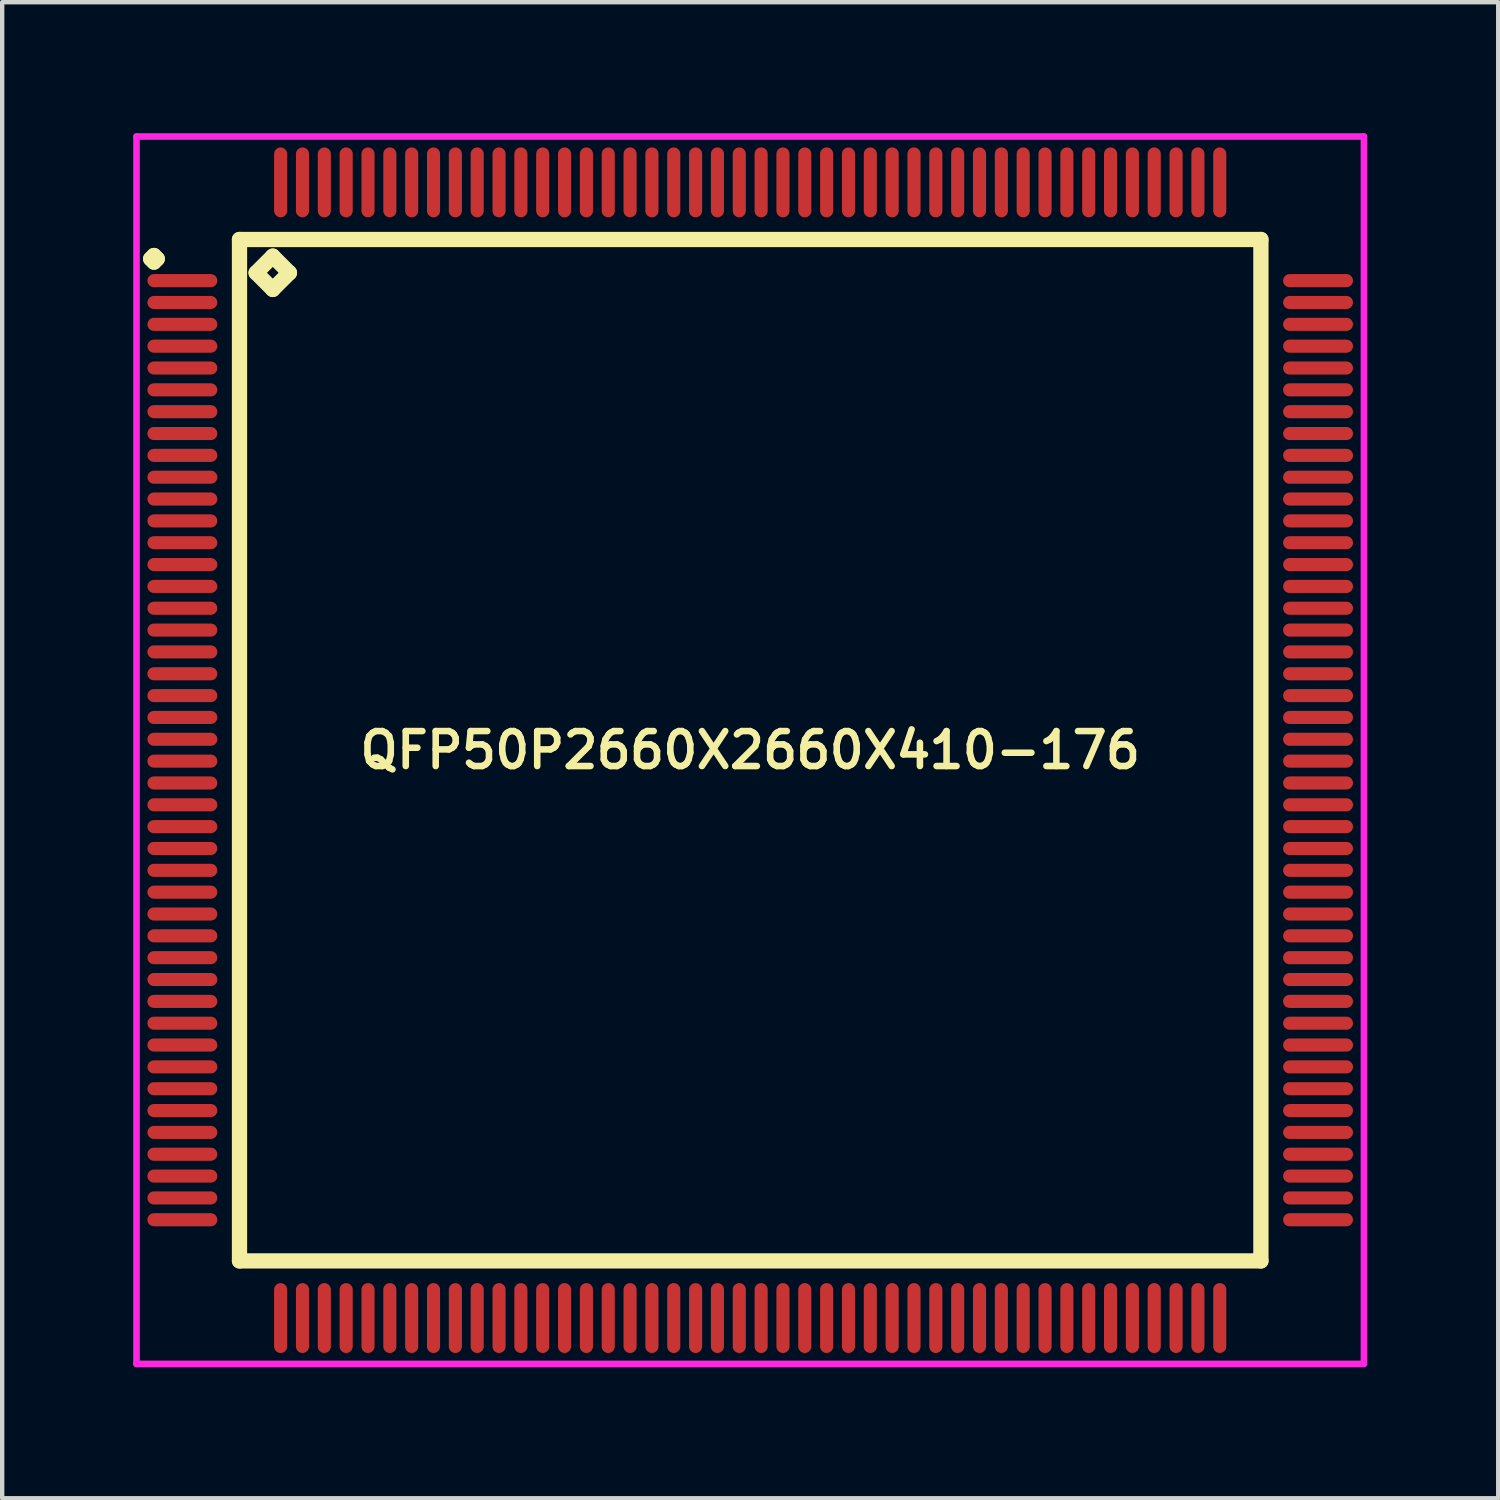
<source format=kicad_pcb>
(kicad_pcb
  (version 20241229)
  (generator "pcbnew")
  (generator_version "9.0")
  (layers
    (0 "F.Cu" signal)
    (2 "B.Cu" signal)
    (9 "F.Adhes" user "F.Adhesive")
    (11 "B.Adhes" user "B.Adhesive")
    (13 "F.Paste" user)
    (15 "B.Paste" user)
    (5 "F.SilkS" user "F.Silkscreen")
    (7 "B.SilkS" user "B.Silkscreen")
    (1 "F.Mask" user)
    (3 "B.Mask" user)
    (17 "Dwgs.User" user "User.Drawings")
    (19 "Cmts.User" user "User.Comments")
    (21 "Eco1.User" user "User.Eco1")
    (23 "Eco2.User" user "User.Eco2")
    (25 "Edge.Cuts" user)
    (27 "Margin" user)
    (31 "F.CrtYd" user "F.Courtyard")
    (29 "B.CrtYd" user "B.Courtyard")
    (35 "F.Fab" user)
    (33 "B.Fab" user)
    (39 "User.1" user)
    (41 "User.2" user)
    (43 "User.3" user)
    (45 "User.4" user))
  (footprint "QFP50P2660X2660X410-176"
    (layer "F.Cu")
    (at 14.125 14.125)
    (property "Reference" "QFP50P2660X2660X410-176" (at 0 0 0) (layer "F.SilkS") (effects (font (size 0.8 0.8) (thickness 0.15))))
    (attr smd)
    (fp_line (start -13.725 -11.25) (end -13.65 -11.325) (stroke (width 0.35) (type solid)) (layer "F.SilkS"))
    (fp_line (start -13.65 -11.325) (end -13.575 -11.25) (stroke (width 0.35) (type solid)) (layer "F.SilkS"))
    (fp_line (start -13.65 -11.175) (end -13.725 -11.25) (stroke (width 0.35) (type solid)) (layer "F.SilkS"))
    (fp_line (start -13.575 -11.25) (end -13.65 -11.175) (stroke (width 0.35) (type solid)) (layer "F.SilkS"))
    (fp_line (start -11.692 -11.692) (end -11.692 11.692) (stroke (width 0.35) (type solid)) (layer "F.SilkS"))
    (fp_line (start -11.692 11.692) (end 11.692 11.692) (stroke (width 0.35) (type solid)) (layer "F.SilkS"))
    (fp_line (start -11.311 -10.93) (end -10.93 -11.311) (stroke (width 0.35) (type solid)) (layer "F.SilkS"))
    (fp_line (start -10.93 -11.311) (end -10.549 -10.93) (stroke (width 0.35) (type solid)) (layer "F.SilkS"))
    (fp_line (start -10.93 -10.549) (end -11.311 -10.93) (stroke (width 0.35) (type solid)) (layer "F.SilkS"))
    (fp_line (start -10.549 -10.93) (end -10.93 -10.549) (stroke (width 0.35) (type solid)) (layer "F.SilkS"))
    (fp_line (start 11.692 -11.692) (end -11.692 -11.692) (stroke (width 0.35) (type solid)) (layer "F.SilkS"))
    (fp_line (start 11.692 11.692) (end 11.692 -11.692) (stroke (width 0.35) (type solid)) (layer "F.SilkS"))
    (fp_line (start -14.05 -14.05) (end 14.05 -14.05) (stroke (width 0.15) (type solid)) (layer "F.CrtYd"))
    (fp_line (start -14.05 14.05) (end -14.05 -14.05) (stroke (width 0.15) (type solid)) (layer "F.CrtYd"))
    (fp_line (start 14.05 -14.05) (end 14.05 14.05) (stroke (width 0.15) (type solid)) (layer "F.CrtYd"))
    (fp_line (start 14.05 14.05) (end -14.05 14.05) (stroke (width 0.15) (type solid)) (layer "F.CrtYd"))
    (pad "1" smd oval (at -13 -10.75) (size 1.6 0.3) (layers "F.Cu" "F.Mask" "F.Paste"))
    (pad "2" smd oval (at -13 -10.25) (size 1.6 0.3) (layers "F.Cu" "F.Mask" "F.Paste"))
    (pad "3" smd oval (at -13 -9.75) (size 1.6 0.3) (layers "F.Cu" "F.Mask" "F.Paste"))
    (pad "4" smd oval (at -13 -9.25) (size 1.6 0.3) (layers "F.Cu" "F.Mask" "F.Paste"))
    (pad "5" smd oval (at -13 -8.75) (size 1.6 0.3) (layers "F.Cu" "F.Mask" "F.Paste"))
    (pad "6" smd oval (at -13 -8.25) (size 1.6 0.3) (layers "F.Cu" "F.Mask" "F.Paste"))
    (pad "7" smd oval (at -13 -7.75) (size 1.6 0.3) (layers "F.Cu" "F.Mask" "F.Paste"))
    (pad "8" smd oval (at -13 -7.25) (size 1.6 0.3) (layers "F.Cu" "F.Mask" "F.Paste"))
    (pad "9" smd oval (at -13 -6.75) (size 1.6 0.3) (layers "F.Cu" "F.Mask" "F.Paste"))
    (pad "10" smd oval (at -13 -6.25) (size 1.6 0.3) (layers "F.Cu" "F.Mask" "F.Paste"))
    (pad "11" smd oval (at -13 -5.75) (size 1.6 0.3) (layers "F.Cu" "F.Mask" "F.Paste"))
    (pad "12" smd oval (at -13 -5.25) (size 1.6 0.3) (layers "F.Cu" "F.Mask" "F.Paste"))
    (pad "13" smd oval (at -13 -4.75) (size 1.6 0.3) (layers "F.Cu" "F.Mask" "F.Paste"))
    (pad "14" smd oval (at -13 -4.25) (size 1.6 0.3) (layers "F.Cu" "F.Mask" "F.Paste"))
    (pad "15" smd oval (at -13 -3.75) (size 1.6 0.3) (layers "F.Cu" "F.Mask" "F.Paste"))
    (pad "16" smd oval (at -13 -3.25) (size 1.6 0.3) (layers "F.Cu" "F.Mask" "F.Paste"))
    (pad "17" smd oval (at -13 -2.75) (size 1.6 0.3) (layers "F.Cu" "F.Mask" "F.Paste"))
    (pad "18" smd oval (at -13 -2.25) (size 1.6 0.3) (layers "F.Cu" "F.Mask" "F.Paste"))
    (pad "19" smd oval (at -13 -1.75) (size 1.6 0.3) (layers "F.Cu" "F.Mask" "F.Paste"))
    (pad "20" smd oval (at -13 -1.25) (size 1.6 0.3) (layers "F.Cu" "F.Mask" "F.Paste"))
    (pad "21" smd oval (at -13 -0.75) (size 1.6 0.3) (layers "F.Cu" "F.Mask" "F.Paste"))
    (pad "22" smd oval (at -13 -0.25) (size 1.6 0.3) (layers "F.Cu" "F.Mask" "F.Paste"))
    (pad "23" smd oval (at -13 0.25) (size 1.6 0.3) (layers "F.Cu" "F.Mask" "F.Paste"))
    (pad "24" smd oval (at -13 0.75) (size 1.6 0.3) (layers "F.Cu" "F.Mask" "F.Paste"))
    (pad "25" smd oval (at -13 1.25) (size 1.6 0.3) (layers "F.Cu" "F.Mask" "F.Paste"))
    (pad "26" smd oval (at -13 1.75) (size 1.6 0.3) (layers "F.Cu" "F.Mask" "F.Paste"))
    (pad "27" smd oval (at -13 2.25) (size 1.6 0.3) (layers "F.Cu" "F.Mask" "F.Paste"))
    (pad "28" smd oval (at -13 2.75) (size 1.6 0.3) (layers "F.Cu" "F.Mask" "F.Paste"))
    (pad "29" smd oval (at -13 3.25) (size 1.6 0.3) (layers "F.Cu" "F.Mask" "F.Paste"))
    (pad "30" smd oval (at -13 3.75) (size 1.6 0.3) (layers "F.Cu" "F.Mask" "F.Paste"))
    (pad "31" smd oval (at -13 4.25) (size 1.6 0.3) (layers "F.Cu" "F.Mask" "F.Paste"))
    (pad "32" smd oval (at -13 4.75) (size 1.6 0.3) (layers "F.Cu" "F.Mask" "F.Paste"))
    (pad "33" smd oval (at -13 5.25) (size 1.6 0.3) (layers "F.Cu" "F.Mask" "F.Paste"))
    (pad "34" smd oval (at -13 5.75) (size 1.6 0.3) (layers "F.Cu" "F.Mask" "F.Paste"))
    (pad "35" smd oval (at -13 6.25) (size 1.6 0.3) (layers "F.Cu" "F.Mask" "F.Paste"))
    (pad "36" smd oval (at -13 6.75) (size 1.6 0.3) (layers "F.Cu" "F.Mask" "F.Paste"))
    (pad "37" smd oval (at -13 7.25) (size 1.6 0.3) (layers "F.Cu" "F.Mask" "F.Paste"))
    (pad "38" smd oval (at -13 7.75) (size 1.6 0.3) (layers "F.Cu" "F.Mask" "F.Paste"))
    (pad "39" smd oval (at -13 8.25) (size 1.6 0.3) (layers "F.Cu" "F.Mask" "F.Paste"))
    (pad "40" smd oval (at -13 8.75) (size 1.6 0.3) (layers "F.Cu" "F.Mask" "F.Paste"))
    (pad "41" smd oval (at -13 9.25) (size 1.6 0.3) (layers "F.Cu" "F.Mask" "F.Paste"))
    (pad "42" smd oval (at -13 9.75) (size 1.6 0.3) (layers "F.Cu" "F.Mask" "F.Paste"))
    (pad "43" smd oval (at -13 10.25) (size 1.6 0.3) (layers "F.Cu" "F.Mask" "F.Paste"))
    (pad "44" smd oval (at -13 10.75) (size 1.6 0.3) (layers "F.Cu" "F.Mask" "F.Paste"))
    (pad "45" smd oval (at -10.75 13) (size 0.3 1.6) (layers "F.Cu" "F.Mask" "F.Paste"))
    (pad "46" smd oval (at -10.25 13) (size 0.3 1.6) (layers "F.Cu" "F.Mask" "F.Paste"))
    (pad "47" smd oval (at -9.75 13) (size 0.3 1.6) (layers "F.Cu" "F.Mask" "F.Paste"))
    (pad "48" smd oval (at -9.25 13) (size 0.3 1.6) (layers "F.Cu" "F.Mask" "F.Paste"))
    (pad "49" smd oval (at -8.75 13) (size 0.3 1.6) (layers "F.Cu" "F.Mask" "F.Paste"))
    (pad "50" smd oval (at -8.25 13) (size 0.3 1.6) (layers "F.Cu" "F.Mask" "F.Paste"))
    (pad "51" smd oval (at -7.75 13) (size 0.3 1.6) (layers "F.Cu" "F.Mask" "F.Paste"))
    (pad "52" smd oval (at -7.25 13) (size 0.3 1.6) (layers "F.Cu" "F.Mask" "F.Paste"))
    (pad "53" smd oval (at -6.75 13) (size 0.3 1.6) (layers "F.Cu" "F.Mask" "F.Paste"))
    (pad "54" smd oval (at -6.25 13) (size 0.3 1.6) (layers "F.Cu" "F.Mask" "F.Paste"))
    (pad "55" smd oval (at -5.75 13) (size 0.3 1.6) (layers "F.Cu" "F.Mask" "F.Paste"))
    (pad "56" smd oval (at -5.25 13) (size 0.3 1.6) (layers "F.Cu" "F.Mask" "F.Paste"))
    (pad "57" smd oval (at -4.75 13) (size 0.3 1.6) (layers "F.Cu" "F.Mask" "F.Paste"))
    (pad "58" smd oval (at -4.25 13) (size 0.3 1.6) (layers "F.Cu" "F.Mask" "F.Paste"))
    (pad "59" smd oval (at -3.75 13) (size 0.3 1.6) (layers "F.Cu" "F.Mask" "F.Paste"))
    (pad "60" smd oval (at -3.25 13) (size 0.3 1.6) (layers "F.Cu" "F.Mask" "F.Paste"))
    (pad "61" smd oval (at -2.75 13) (size 0.3 1.6) (layers "F.Cu" "F.Mask" "F.Paste"))
    (pad "62" smd oval (at -2.25 13) (size 0.3 1.6) (layers "F.Cu" "F.Mask" "F.Paste"))
    (pad "63" smd oval (at -1.75 13) (size 0.3 1.6) (layers "F.Cu" "F.Mask" "F.Paste"))
    (pad "64" smd oval (at -1.25 13) (size 0.3 1.6) (layers "F.Cu" "F.Mask" "F.Paste"))
    (pad "65" smd oval (at -0.75 13) (size 0.3 1.6) (layers "F.Cu" "F.Mask" "F.Paste"))
    (pad "66" smd oval (at -0.25 13) (size 0.3 1.6) (layers "F.Cu" "F.Mask" "F.Paste"))
    (pad "67" smd oval (at 0.25 13) (size 0.3 1.6) (layers "F.Cu" "F.Mask" "F.Paste"))
    (pad "68" smd oval (at 0.75 13) (size 0.3 1.6) (layers "F.Cu" "F.Mask" "F.Paste"))
    (pad "69" smd oval (at 1.25 13) (size 0.3 1.6) (layers "F.Cu" "F.Mask" "F.Paste"))
    (pad "70" smd oval (at 1.75 13) (size 0.3 1.6) (layers "F.Cu" "F.Mask" "F.Paste"))
    (pad "71" smd oval (at 2.25 13) (size 0.3 1.6) (layers "F.Cu" "F.Mask" "F.Paste"))
    (pad "72" smd oval (at 2.75 13) (size 0.3 1.6) (layers "F.Cu" "F.Mask" "F.Paste"))
    (pad "73" smd oval (at 3.25 13) (size 0.3 1.6) (layers "F.Cu" "F.Mask" "F.Paste"))
    (pad "74" smd oval (at 3.75 13) (size 0.3 1.6) (layers "F.Cu" "F.Mask" "F.Paste"))
    (pad "75" smd oval (at 4.25 13) (size 0.3 1.6) (layers "F.Cu" "F.Mask" "F.Paste"))
    (pad "76" smd oval (at 4.75 13) (size 0.3 1.6) (layers "F.Cu" "F.Mask" "F.Paste"))
    (pad "77" smd oval (at 5.25 13) (size 0.3 1.6) (layers "F.Cu" "F.Mask" "F.Paste"))
    (pad "78" smd oval (at 5.75 13) (size 0.3 1.6) (layers "F.Cu" "F.Mask" "F.Paste"))
    (pad "79" smd oval (at 6.25 13) (size 0.3 1.6) (layers "F.Cu" "F.Mask" "F.Paste"))
    (pad "80" smd oval (at 6.75 13) (size 0.3 1.6) (layers "F.Cu" "F.Mask" "F.Paste"))
    (pad "81" smd oval (at 7.25 13) (size 0.3 1.6) (layers "F.Cu" "F.Mask" "F.Paste"))
    (pad "82" smd oval (at 7.75 13) (size 0.3 1.6) (layers "F.Cu" "F.Mask" "F.Paste"))
    (pad "83" smd oval (at 8.25 13) (size 0.3 1.6) (layers "F.Cu" "F.Mask" "F.Paste"))
    (pad "84" smd oval (at 8.75 13) (size 0.3 1.6) (layers "F.Cu" "F.Mask" "F.Paste"))
    (pad "85" smd oval (at 9.25 13) (size 0.3 1.6) (layers "F.Cu" "F.Mask" "F.Paste"))
    (pad "86" smd oval (at 9.75 13) (size 0.3 1.6) (layers "F.Cu" "F.Mask" "F.Paste"))
    (pad "87" smd oval (at 10.25 13) (size 0.3 1.6) (layers "F.Cu" "F.Mask" "F.Paste"))
    (pad "88" smd oval (at 10.75 13) (size 0.3 1.6) (layers "F.Cu" "F.Mask" "F.Paste"))
    (pad "89" smd oval (at 13 10.75) (size 1.6 0.3) (layers "F.Cu" "F.Mask" "F.Paste"))
    (pad "90" smd oval (at 13 10.25) (size 1.6 0.3) (layers "F.Cu" "F.Mask" "F.Paste"))
    (pad "91" smd oval (at 13 9.75) (size 1.6 0.3) (layers "F.Cu" "F.Mask" "F.Paste"))
    (pad "92" smd oval (at 13 9.25) (size 1.6 0.3) (layers "F.Cu" "F.Mask" "F.Paste"))
    (pad "93" smd oval (at 13 8.75) (size 1.6 0.3) (layers "F.Cu" "F.Mask" "F.Paste"))
    (pad "94" smd oval (at 13 8.25) (size 1.6 0.3) (layers "F.Cu" "F.Mask" "F.Paste"))
    (pad "95" smd oval (at 13 7.75) (size 1.6 0.3) (layers "F.Cu" "F.Mask" "F.Paste"))
    (pad "96" smd oval (at 13 7.25) (size 1.6 0.3) (layers "F.Cu" "F.Mask" "F.Paste"))
    (pad "97" smd oval (at 13 6.75) (size 1.6 0.3) (layers "F.Cu" "F.Mask" "F.Paste"))
    (pad "98" smd oval (at 13 6.25) (size 1.6 0.3) (layers "F.Cu" "F.Mask" "F.Paste"))
    (pad "99" smd oval (at 13 5.75) (size 1.6 0.3) (layers "F.Cu" "F.Mask" "F.Paste"))
    (pad "100" smd oval (at 13 5.25) (size 1.6 0.3) (layers "F.Cu" "F.Mask" "F.Paste"))
    (pad "101" smd oval (at 13 4.75) (size 1.6 0.3) (layers "F.Cu" "F.Mask" "F.Paste"))
    (pad "102" smd oval (at 13 4.25) (size 1.6 0.3) (layers "F.Cu" "F.Mask" "F.Paste"))
    (pad "103" smd oval (at 13 3.75) (size 1.6 0.3) (layers "F.Cu" "F.Mask" "F.Paste"))
    (pad "104" smd oval (at 13 3.25) (size 1.6 0.3) (layers "F.Cu" "F.Mask" "F.Paste"))
    (pad "105" smd oval (at 13 2.75) (size 1.6 0.3) (layers "F.Cu" "F.Mask" "F.Paste"))
    (pad "106" smd oval (at 13 2.25) (size 1.6 0.3) (layers "F.Cu" "F.Mask" "F.Paste"))
    (pad "107" smd oval (at 13 1.75) (size 1.6 0.3) (layers "F.Cu" "F.Mask" "F.Paste"))
    (pad "108" smd oval (at 13 1.25) (size 1.6 0.3) (layers "F.Cu" "F.Mask" "F.Paste"))
    (pad "109" smd oval (at 13 0.75) (size 1.6 0.3) (layers "F.Cu" "F.Mask" "F.Paste"))
    (pad "110" smd oval (at 13 0.25) (size 1.6 0.3) (layers "F.Cu" "F.Mask" "F.Paste"))
    (pad "111" smd oval (at 13 -0.25) (size 1.6 0.3) (layers "F.Cu" "F.Mask" "F.Paste"))
    (pad "112" smd oval (at 13 -0.75) (size 1.6 0.3) (layers "F.Cu" "F.Mask" "F.Paste"))
    (pad "113" smd oval (at 13 -1.25) (size 1.6 0.3) (layers "F.Cu" "F.Mask" "F.Paste"))
    (pad "114" smd oval (at 13 -1.75) (size 1.6 0.3) (layers "F.Cu" "F.Mask" "F.Paste"))
    (pad "115" smd oval (at 13 -2.25) (size 1.6 0.3) (layers "F.Cu" "F.Mask" "F.Paste"))
    (pad "116" smd oval (at 13 -2.75) (size 1.6 0.3) (layers "F.Cu" "F.Mask" "F.Paste"))
    (pad "117" smd oval (at 13 -3.25) (size 1.6 0.3) (layers "F.Cu" "F.Mask" "F.Paste"))
    (pad "118" smd oval (at 13 -3.75) (size 1.6 0.3) (layers "F.Cu" "F.Mask" "F.Paste"))
    (pad "119" smd oval (at 13 -4.25) (size 1.6 0.3) (layers "F.Cu" "F.Mask" "F.Paste"))
    (pad "120" smd oval (at 13 -4.75) (size 1.6 0.3) (layers "F.Cu" "F.Mask" "F.Paste"))
    (pad "121" smd oval (at 13 -5.25) (size 1.6 0.3) (layers "F.Cu" "F.Mask" "F.Paste"))
    (pad "122" smd oval (at 13 -5.75) (size 1.6 0.3) (layers "F.Cu" "F.Mask" "F.Paste"))
    (pad "123" smd oval (at 13 -6.25) (size 1.6 0.3) (layers "F.Cu" "F.Mask" "F.Paste"))
    (pad "124" smd oval (at 13 -6.75) (size 1.6 0.3) (layers "F.Cu" "F.Mask" "F.Paste"))
    (pad "125" smd oval (at 13 -7.25) (size 1.6 0.3) (layers "F.Cu" "F.Mask" "F.Paste"))
    (pad "126" smd oval (at 13 -7.75) (size 1.6 0.3) (layers "F.Cu" "F.Mask" "F.Paste"))
    (pad "127" smd oval (at 13 -8.25) (size 1.6 0.3) (layers "F.Cu" "F.Mask" "F.Paste"))
    (pad "128" smd oval (at 13 -8.75) (size 1.6 0.3) (layers "F.Cu" "F.Mask" "F.Paste"))
    (pad "129" smd oval (at 13 -9.25) (size 1.6 0.3) (layers "F.Cu" "F.Mask" "F.Paste"))
    (pad "130" smd oval (at 13 -9.75) (size 1.6 0.3) (layers "F.Cu" "F.Mask" "F.Paste"))
    (pad "131" smd oval (at 13 -10.25) (size 1.6 0.3) (layers "F.Cu" "F.Mask" "F.Paste"))
    (pad "132" smd oval (at 13 -10.75) (size 1.6 0.3) (layers "F.Cu" "F.Mask" "F.Paste"))
    (pad "133" smd oval (at 10.75 -13) (size 0.3 1.6) (layers "F.Cu" "F.Mask" "F.Paste"))
    (pad "134" smd oval (at 10.25 -13) (size 0.3 1.6) (layers "F.Cu" "F.Mask" "F.Paste"))
    (pad "135" smd oval (at 9.75 -13) (size 0.3 1.6) (layers "F.Cu" "F.Mask" "F.Paste"))
    (pad "136" smd oval (at 9.25 -13) (size 0.3 1.6) (layers "F.Cu" "F.Mask" "F.Paste"))
    (pad "137" smd oval (at 8.75 -13) (size 0.3 1.6) (layers "F.Cu" "F.Mask" "F.Paste"))
    (pad "138" smd oval (at 8.25 -13) (size 0.3 1.6) (layers "F.Cu" "F.Mask" "F.Paste"))
    (pad "139" smd oval (at 7.75 -13) (size 0.3 1.6) (layers "F.Cu" "F.Mask" "F.Paste"))
    (pad "140" smd oval (at 7.25 -13) (size 0.3 1.6) (layers "F.Cu" "F.Mask" "F.Paste"))
    (pad "141" smd oval (at 6.75 -13) (size 0.3 1.6) (layers "F.Cu" "F.Mask" "F.Paste"))
    (pad "142" smd oval (at 6.25 -13) (size 0.3 1.6) (layers "F.Cu" "F.Mask" "F.Paste"))
    (pad "143" smd oval (at 5.75 -13) (size 0.3 1.6) (layers "F.Cu" "F.Mask" "F.Paste"))
    (pad "144" smd oval (at 5.25 -13) (size 0.3 1.6) (layers "F.Cu" "F.Mask" "F.Paste"))
    (pad "145" smd oval (at 4.75 -13) (size 0.3 1.6) (layers "F.Cu" "F.Mask" "F.Paste"))
    (pad "146" smd oval (at 4.25 -13) (size 0.3 1.6) (layers "F.Cu" "F.Mask" "F.Paste"))
    (pad "147" smd oval (at 3.75 -13) (size 0.3 1.6) (layers "F.Cu" "F.Mask" "F.Paste"))
    (pad "148" smd oval (at 3.25 -13) (size 0.3 1.6) (layers "F.Cu" "F.Mask" "F.Paste"))
    (pad "149" smd oval (at 2.75 -13) (size 0.3 1.6) (layers "F.Cu" "F.Mask" "F.Paste"))
    (pad "150" smd oval (at 2.25 -13) (size 0.3 1.6) (layers "F.Cu" "F.Mask" "F.Paste"))
    (pad "151" smd oval (at 1.75 -13) (size 0.3 1.6) (layers "F.Cu" "F.Mask" "F.Paste"))
    (pad "152" smd oval (at 1.25 -13) (size 0.3 1.6) (layers "F.Cu" "F.Mask" "F.Paste"))
    (pad "153" smd oval (at 0.75 -13) (size 0.3 1.6) (layers "F.Cu" "F.Mask" "F.Paste"))
    (pad "154" smd oval (at 0.25 -13) (size 0.3 1.6) (layers "F.Cu" "F.Mask" "F.Paste"))
    (pad "155" smd oval (at -0.25 -13) (size 0.3 1.6) (layers "F.Cu" "F.Mask" "F.Paste"))
    (pad "156" smd oval (at -0.75 -13) (size 0.3 1.6) (layers "F.Cu" "F.Mask" "F.Paste"))
    (pad "157" smd oval (at -1.25 -13) (size 0.3 1.6) (layers "F.Cu" "F.Mask" "F.Paste"))
    (pad "158" smd oval (at -1.75 -13) (size 0.3 1.6) (layers "F.Cu" "F.Mask" "F.Paste"))
    (pad "159" smd oval (at -2.25 -13) (size 0.3 1.6) (layers "F.Cu" "F.Mask" "F.Paste"))
    (pad "160" smd oval (at -2.75 -13) (size 0.3 1.6) (layers "F.Cu" "F.Mask" "F.Paste"))
    (pad "161" smd oval (at -3.25 -13) (size 0.3 1.6) (layers "F.Cu" "F.Mask" "F.Paste"))
    (pad "162" smd oval (at -3.75 -13) (size 0.3 1.6) (layers "F.Cu" "F.Mask" "F.Paste"))
    (pad "163" smd oval (at -4.25 -13) (size 0.3 1.6) (layers "F.Cu" "F.Mask" "F.Paste"))
    (pad "164" smd oval (at -4.75 -13) (size 0.3 1.6) (layers "F.Cu" "F.Mask" "F.Paste"))
    (pad "165" smd oval (at -5.25 -13) (size 0.3 1.6) (layers "F.Cu" "F.Mask" "F.Paste"))
    (pad "166" smd oval (at -5.75 -13) (size 0.3 1.6) (layers "F.Cu" "F.Mask" "F.Paste"))
    (pad "167" smd oval (at -6.25 -13) (size 0.3 1.6) (layers "F.Cu" "F.Mask" "F.Paste"))
    (pad "168" smd oval (at -6.75 -13) (size 0.3 1.6) (layers "F.Cu" "F.Mask" "F.Paste"))
    (pad "169" smd oval (at -7.25 -13) (size 0.3 1.6) (layers "F.Cu" "F.Mask" "F.Paste"))
    (pad "170" smd oval (at -7.75 -13) (size 0.3 1.6) (layers "F.Cu" "F.Mask" "F.Paste"))
    (pad "171" smd oval (at -8.25 -13) (size 0.3 1.6) (layers "F.Cu" "F.Mask" "F.Paste"))
    (pad "172" smd oval (at -8.75 -13) (size 0.3 1.6) (layers "F.Cu" "F.Mask" "F.Paste"))
    (pad "173" smd oval (at -9.25 -13) (size 0.3 1.6) (layers "F.Cu" "F.Mask" "F.Paste"))
    (pad "174" smd oval (at -9.75 -13) (size 0.3 1.6) (layers "F.Cu" "F.Mask" "F.Paste"))
    (pad "175" smd oval (at -10.25 -13) (size 0.3 1.6) (layers "F.Cu" "F.Mask" "F.Paste"))
    (pad "176" smd oval (at -10.75 -13) (size 0.3 1.6) (layers "F.Cu" "F.Mask" "F.Paste")))
  (gr_rect
    (start -3 -3)
    (end 31.25 31.25)
    (stroke (width 0.1) (type default))
    (fill no)
    (layer "Edge.Cuts")))
</source>
